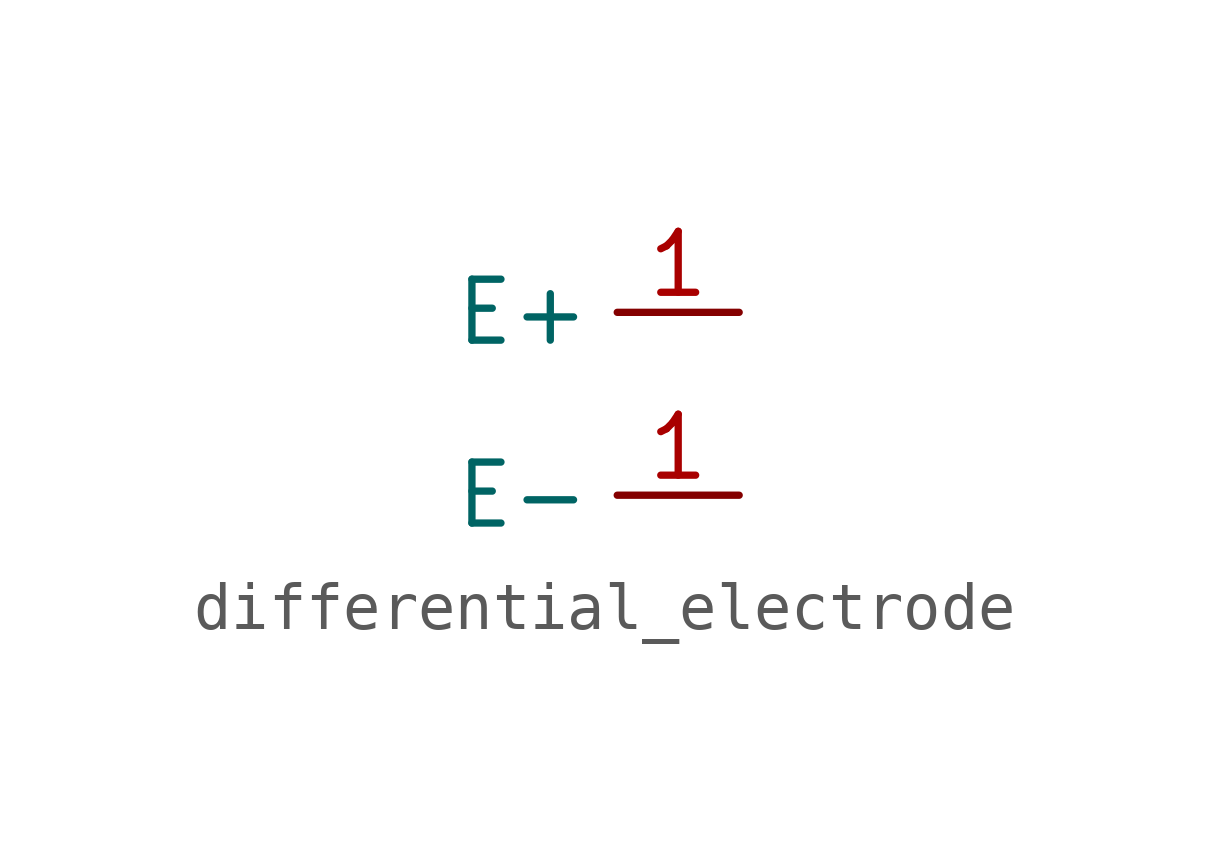
<source format=kicad_sym>
(kicad_symbol_lib
  (version 20241209)
  (generator "kicad_symbol_editor")
  (generator_version "9.0")
  (symbol "differential_electrode"
    (property "Reference" "E"
      (at 0 0 0)
      (effects (font (size 1.27 1.27)) (hide yes)))
    (property "Value" ""
      (at 0 0 0)
      (effects (font (size 1.27 1.27))))
    (property "ki_locked" ""
      (at 0 0 0)
      (effects (font (size 1.27 1.27))))
    (symbol "differential_electrode_1_1"
      (pin passive line (at 1.27 1.27 180) (length 2.54) (name "E+" (effects (font (size 1.27 1.27)))) (number "1" (effects (font (size 1.27 1.27)))))
      (pin passive line (at 1.27 -2.54 180) (length 2.54) (name "E-" (effects (font (size 1.27 1.27)))) (number "1" (effects (font (size 1.27 1.27))))))))
</source>
